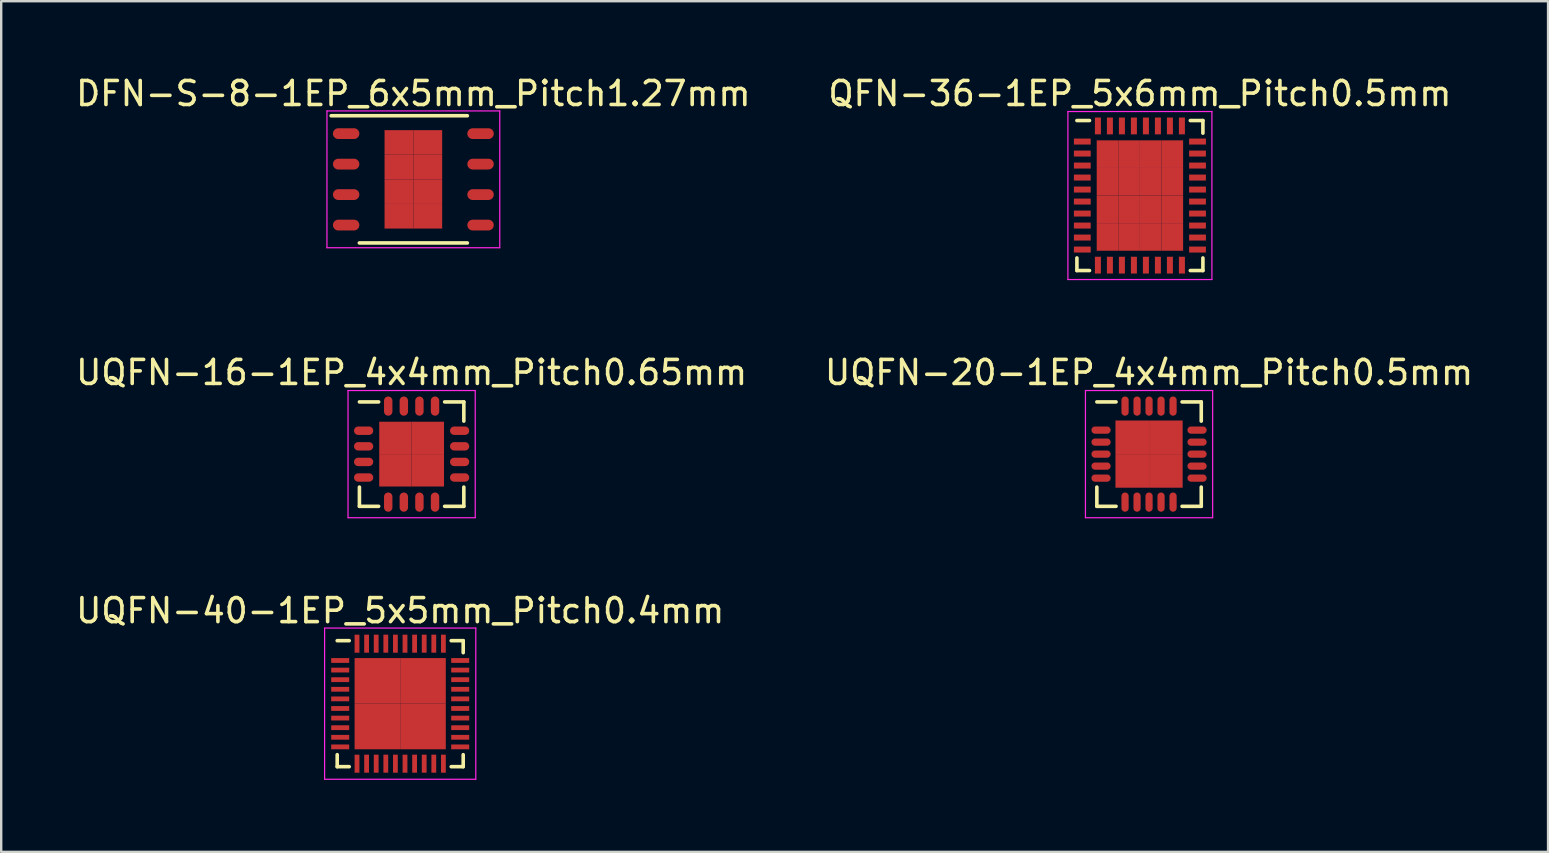
<source format=kicad_pcb>
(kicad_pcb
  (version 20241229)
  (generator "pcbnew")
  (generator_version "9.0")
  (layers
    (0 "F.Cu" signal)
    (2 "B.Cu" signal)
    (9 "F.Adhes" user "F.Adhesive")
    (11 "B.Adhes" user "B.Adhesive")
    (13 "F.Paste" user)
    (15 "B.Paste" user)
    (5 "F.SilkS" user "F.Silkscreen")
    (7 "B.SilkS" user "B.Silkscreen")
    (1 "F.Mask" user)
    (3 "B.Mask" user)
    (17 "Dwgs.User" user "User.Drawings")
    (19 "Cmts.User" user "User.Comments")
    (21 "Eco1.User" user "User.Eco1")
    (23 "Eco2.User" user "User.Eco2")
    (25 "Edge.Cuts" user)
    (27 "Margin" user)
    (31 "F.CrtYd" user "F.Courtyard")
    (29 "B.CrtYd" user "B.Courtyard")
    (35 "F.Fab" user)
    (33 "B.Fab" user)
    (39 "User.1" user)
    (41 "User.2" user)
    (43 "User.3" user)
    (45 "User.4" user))
  (footprint "DFN-S-8-1EP_6x5mm_Pitch1.27mm"
    (layer "F.Cu")
    (at 14.173 4.423)
    (property "Reference" "DFN-S-8-1EP_6x5mm_Pitch1.27mm" (at 0 -3.575 0) (layer "F.SilkS") (effects (font (size 1 1) (thickness 0.15))))
    (attr smd)
    (fp_line (start -3.425 -2.65) (end 2.25 -2.65) (stroke (width 0.15) (type solid)) (layer "F.SilkS"))
    (fp_line (start -2.25 2.65) (end 2.25 2.65) (stroke (width 0.15) (type solid)) (layer "F.SilkS"))
    (fp_line (start -3.6 -2.85) (end -3.6 2.85) (stroke (width 0.05) (type solid)) (layer "F.CrtYd"))
    (fp_line (start -3.6 -2.85) (end 3.6 -2.85) (stroke (width 0.05) (type solid)) (layer "F.CrtYd"))
    (fp_line (start -3.6 2.85) (end 3.6 2.85) (stroke (width 0.05) (type solid)) (layer "F.CrtYd"))
    (fp_line (start 3.6 -2.85) (end 3.6 2.85) (stroke (width 0.05) (type solid)) (layer "F.CrtYd"))
    (pad "1" smd oval (at -2.8 -1.905) (size 1.1 0.45) (layers "F.Cu" "F.Mask" "F.Paste"))
    (pad "2" smd oval (at -2.8 -0.635) (size 1.1 0.45) (layers "F.Cu" "F.Mask" "F.Paste"))
    (pad "3" smd oval (at -2.8 0.635) (size 1.1 0.45) (layers "F.Cu" "F.Mask" "F.Paste"))
    (pad "4" smd oval (at -2.8 1.905) (size 1.1 0.45) (layers "F.Cu" "F.Mask" "F.Paste"))
    (pad "5" smd oval (at 2.8 1.905) (size 1.1 0.45) (layers "F.Cu" "F.Mask" "F.Paste"))
    (pad "6" smd oval (at 2.8 0.635) (size 1.1 0.45) (layers "F.Cu" "F.Mask" "F.Paste"))
    (pad "7" smd oval (at 2.8 -0.635) (size 1.1 0.45) (layers "F.Cu" "F.Mask" "F.Paste"))
    (pad "8" smd oval (at 2.8 -1.905) (size 1.1 0.45) (layers "F.Cu" "F.Mask" "F.Paste"))
    (pad "9" smd rect (at -0.6 -1.538) (size 1.2 1.025) (layers "F.Cu" "F.Mask" "F.Paste"))
    (pad "9" smd rect (at -0.6 -0.512) (size 1.2 1.025) (layers "F.Cu" "F.Mask" "F.Paste"))
    (pad "9" smd rect (at -0.6 0.512) (size 1.2 1.025) (layers "F.Cu" "F.Mask" "F.Paste"))
    (pad "9" smd rect (at -0.6 1.538) (size 1.2 1.025) (layers "F.Cu" "F.Mask" "F.Paste"))
    (pad "9" smd rect (at 0.6 -1.538) (size 1.2 1.025) (layers "F.Cu" "F.Mask" "F.Paste"))
    (pad "9" smd rect (at 0.6 -0.512) (size 1.2 1.025) (layers "F.Cu" "F.Mask" "F.Paste"))
    (pad "9" smd rect (at 0.6 0.512) (size 1.2 1.025) (layers "F.Cu" "F.Mask" "F.Paste"))
    (pad "9" smd rect (at 0.6 1.538) (size 1.2 1.025) (layers "F.Cu" "F.Mask" "F.Paste")))
  (footprint "QFN-36-1EP_5x6mm_Pitch0.5mm"
    (layer "F.Cu")
    (at 44.446 5.098)
    (property "Reference" "QFN-36-1EP_5x6mm_Pitch0.5mm" (at 0 -4.25 0) (layer "F.SilkS") (effects (font (size 1 1) (thickness 0.15))))
    (attr smd)
    (fp_line (start -2.625 -3.125) (end -2.1 -3.125) (stroke (width 0.15) (type solid)) (layer "F.SilkS"))
    (fp_line (start -2.625 3.125) (end -2.625 2.6) (stroke (width 0.15) (type solid)) (layer "F.SilkS"))
    (fp_line (start -2.625 3.125) (end -2.1 3.125) (stroke (width 0.15) (type solid)) (layer "F.SilkS"))
    (fp_line (start 2.625 -3.125) (end 2.1 -3.125) (stroke (width 0.15) (type solid)) (layer "F.SilkS"))
    (fp_line (start 2.625 -3.125) (end 2.625 -2.6) (stroke (width 0.15) (type solid)) (layer "F.SilkS"))
    (fp_line (start 2.625 3.125) (end 2.1 3.125) (stroke (width 0.15) (type solid)) (layer "F.SilkS"))
    (fp_line (start 2.625 3.125) (end 2.625 2.6) (stroke (width 0.15) (type solid)) (layer "F.SilkS"))
    (fp_line (start -3 -3.5) (end -3 3.5) (stroke (width 0.05) (type solid)) (layer "F.CrtYd"))
    (fp_line (start -3 -3.5) (end 3 -3.5) (stroke (width 0.05) (type solid)) (layer "F.CrtYd"))
    (fp_line (start -3 3.5) (end 3 3.5) (stroke (width 0.05) (type solid)) (layer "F.CrtYd"))
    (fp_line (start 3 -3.5) (end 3 3.5) (stroke (width 0.05) (type solid)) (layer "F.CrtYd"))
    (pad "1" smd rect (at -2.4 -2.25) (size 0.7 0.25) (layers "F.Cu" "F.Mask" "F.Paste"))
    (pad "2" smd rect (at -2.4 -1.75) (size 0.7 0.25) (layers "F.Cu" "F.Mask" "F.Paste"))
    (pad "3" smd rect (at -2.4 -1.25) (size 0.7 0.25) (layers "F.Cu" "F.Mask" "F.Paste"))
    (pad "4" smd rect (at -2.4 -0.75) (size 0.7 0.25) (layers "F.Cu" "F.Mask" "F.Paste"))
    (pad "5" smd rect (at -2.4 -0.25) (size 0.7 0.25) (layers "F.Cu" "F.Mask" "F.Paste"))
    (pad "6" smd rect (at -2.4 0.25) (size 0.7 0.25) (layers "F.Cu" "F.Mask" "F.Paste"))
    (pad "7" smd rect (at -2.4 0.75) (size 0.7 0.25) (layers "F.Cu" "F.Mask" "F.Paste"))
    (pad "8" smd rect (at -2.4 1.25) (size 0.7 0.25) (layers "F.Cu" "F.Mask" "F.Paste"))
    (pad "9" smd rect (at -2.4 1.75) (size 0.7 0.25) (layers "F.Cu" "F.Mask" "F.Paste"))
    (pad "10" smd rect (at -2.4 2.25) (size 0.7 0.25) (layers "F.Cu" "F.Mask" "F.Paste"))
    (pad "11" smd rect (at -1.75 2.9 90) (size 0.7 0.25) (layers "F.Cu" "F.Mask" "F.Paste"))
    (pad "12" smd rect (at -1.25 2.9 90) (size 0.7 0.25) (layers "F.Cu" "F.Mask" "F.Paste"))
    (pad "13" smd rect (at -0.75 2.9 90) (size 0.7 0.25) (layers "F.Cu" "F.Mask" "F.Paste"))
    (pad "14" smd rect (at -0.25 2.9 90) (size 0.7 0.25) (layers "F.Cu" "F.Mask" "F.Paste"))
    (pad "15" smd rect (at 0.25 2.9 90) (size 0.7 0.25) (layers "F.Cu" "F.Mask" "F.Paste"))
    (pad "16" smd rect (at 0.75 2.9 90) (size 0.7 0.25) (layers "F.Cu" "F.Mask" "F.Paste"))
    (pad "17" smd rect (at 1.25 2.9 90) (size 0.7 0.25) (layers "F.Cu" "F.Mask" "F.Paste"))
    (pad "18" smd rect (at 1.75 2.9 90) (size 0.7 0.25) (layers "F.Cu" "F.Mask" "F.Paste"))
    (pad "19" smd rect (at 2.4 2.25) (size 0.7 0.25) (layers "F.Cu" "F.Mask" "F.Paste"))
    (pad "20" smd rect (at 2.4 1.75) (size 0.7 0.25) (layers "F.Cu" "F.Mask" "F.Paste"))
    (pad "21" smd rect (at 2.4 1.25) (size 0.7 0.25) (layers "F.Cu" "F.Mask" "F.Paste"))
    (pad "22" smd rect (at 2.4 0.75) (size 0.7 0.25) (layers "F.Cu" "F.Mask" "F.Paste"))
    (pad "23" smd rect (at 2.4 0.25) (size 0.7 0.25) (layers "F.Cu" "F.Mask" "F.Paste"))
    (pad "24" smd rect (at 2.4 -0.25) (size 0.7 0.25) (layers "F.Cu" "F.Mask" "F.Paste"))
    (pad "25" smd rect (at 2.4 -0.75) (size 0.7 0.25) (layers "F.Cu" "F.Mask" "F.Paste"))
    (pad "26" smd rect (at 2.4 -1.25) (size 0.7 0.25) (layers "F.Cu" "F.Mask" "F.Paste"))
    (pad "27" smd rect (at 2.4 -1.75) (size 0.7 0.25) (layers "F.Cu" "F.Mask" "F.Paste"))
    (pad "28" smd rect (at 2.4 -2.25) (size 0.7 0.25) (layers "F.Cu" "F.Mask" "F.Paste"))
    (pad "29" smd rect (at 1.75 -2.9 90) (size 0.7 0.25) (layers "F.Cu" "F.Mask" "F.Paste"))
    (pad "30" smd rect (at 1.25 -2.9 90) (size 0.7 0.25) (layers "F.Cu" "F.Mask" "F.Paste"))
    (pad "31" smd rect (at 0.75 -2.9 90) (size 0.7 0.25) (layers "F.Cu" "F.Mask" "F.Paste"))
    (pad "32" smd rect (at 0.25 -2.9 90) (size 0.7 0.25) (layers "F.Cu" "F.Mask" "F.Paste"))
    (pad "33" smd rect (at -0.25 -2.9 90) (size 0.7 0.25) (layers "F.Cu" "F.Mask" "F.Paste"))
    (pad "34" smd rect (at -0.75 -2.9 90) (size 0.7 0.25) (layers "F.Cu" "F.Mask" "F.Paste"))
    (pad "35" smd rect (at -1.25 -2.9 90) (size 0.7 0.25) (layers "F.Cu" "F.Mask" "F.Paste"))
    (pad "36" smd rect (at -1.75 -2.9 90) (size 0.7 0.25) (layers "F.Cu" "F.Mask" "F.Paste"))
    (pad "37" smd rect (at -1.35 -1.725) (size 0.9 1.15) (layers "F.Cu" "F.Mask" "F.Paste"))
    (pad "37" smd rect (at -1.35 -0.575) (size 0.9 1.15) (layers "F.Cu" "F.Mask" "F.Paste"))
    (pad "37" smd rect (at -1.35 0.575) (size 0.9 1.15) (layers "F.Cu" "F.Mask" "F.Paste"))
    (pad "37" smd rect (at -1.35 1.725) (size 0.9 1.15) (layers "F.Cu" "F.Mask" "F.Paste"))
    (pad "37" smd rect (at -0.45 -1.725) (size 0.9 1.15) (layers "F.Cu" "F.Mask" "F.Paste"))
    (pad "37" smd rect (at -0.45 -0.575) (size 0.9 1.15) (layers "F.Cu" "F.Mask" "F.Paste"))
    (pad "37" smd rect (at -0.45 0.575) (size 0.9 1.15) (layers "F.Cu" "F.Mask" "F.Paste"))
    (pad "37" smd rect (at -0.45 1.725) (size 0.9 1.15) (layers "F.Cu" "F.Mask" "F.Paste"))
    (pad "37" smd rect (at 0.45 -1.725) (size 0.9 1.15) (layers "F.Cu" "F.Mask" "F.Paste"))
    (pad "37" smd rect (at 0.45 -0.575) (size 0.9 1.15) (layers "F.Cu" "F.Mask" "F.Paste"))
    (pad "37" smd rect (at 0.45 0.575) (size 0.9 1.15) (layers "F.Cu" "F.Mask" "F.Paste"))
    (pad "37" smd rect (at 0.45 1.725) (size 0.9 1.15) (layers "F.Cu" "F.Mask" "F.Paste"))
    (pad "37" smd rect (at 1.35 -1.725) (size 0.9 1.15) (layers "F.Cu" "F.Mask" "F.Paste"))
    (pad "37" smd rect (at 1.35 -0.575) (size 0.9 1.15) (layers "F.Cu" "F.Mask" "F.Paste"))
    (pad "37" smd rect (at 1.35 0.575) (size 0.9 1.15) (layers "F.Cu" "F.Mask" "F.Paste"))
    (pad "37" smd rect (at 1.35 1.725) (size 0.9 1.15) (layers "F.Cu" "F.Mask" "F.Paste")))
  (footprint "UQFN-20-1EP_4x4mm_Pitch0.5mm"
    (layer "F.Cu")
    (at 44.827 15.871)
    (property "Reference" "UQFN-20-1EP_4x4mm_Pitch0.5mm" (at 0 -3.4 0) (layer "F.SilkS") (effects (font (size 1 1) (thickness 0.15))))
    (attr smd)
    (fp_line (start -2.175 -2.175) (end -1.375 -2.175) (stroke (width 0.15) (type solid)) (layer "F.SilkS"))
    (fp_line (start -2.175 2.175) (end -2.175 1.375) (stroke (width 0.15) (type solid)) (layer "F.SilkS"))
    (fp_line (start -2.175 2.175) (end -1.375 2.175) (stroke (width 0.15) (type solid)) (layer "F.SilkS"))
    (fp_line (start 2.175 -2.175) (end 1.375 -2.175) (stroke (width 0.15) (type solid)) (layer "F.SilkS"))
    (fp_line (start 2.175 -2.175) (end 2.175 -1.375) (stroke (width 0.15) (type solid)) (layer "F.SilkS"))
    (fp_line (start 2.175 2.175) (end 1.375 2.175) (stroke (width 0.15) (type solid)) (layer "F.SilkS"))
    (fp_line (start 2.175 2.175) (end 2.175 1.375) (stroke (width 0.15) (type solid)) (layer "F.SilkS"))
    (fp_line (start -2.65 -2.65) (end -2.65 2.65) (stroke (width 0.05) (type solid)) (layer "F.CrtYd"))
    (fp_line (start -2.65 -2.65) (end 2.65 -2.65) (stroke (width 0.05) (type solid)) (layer "F.CrtYd"))
    (fp_line (start -2.65 2.65) (end 2.65 2.65) (stroke (width 0.05) (type solid)) (layer "F.CrtYd"))
    (fp_line (start 2.65 -2.65) (end 2.65 2.65) (stroke (width 0.05) (type solid)) (layer "F.CrtYd"))
    (pad "1" smd oval (at -2 -1) (size 0.8 0.3) (layers "F.Cu" "F.Mask" "F.Paste"))
    (pad "2" smd oval (at -2 -0.5) (size 0.8 0.3) (layers "F.Cu" "F.Mask" "F.Paste"))
    (pad "3" smd oval (at -2 0) (size 0.8 0.3) (layers "F.Cu" "F.Mask" "F.Paste"))
    (pad "4" smd oval (at -2 0.5) (size 0.8 0.3) (layers "F.Cu" "F.Mask" "F.Paste"))
    (pad "5" smd oval (at -2 1) (size 0.8 0.3) (layers "F.Cu" "F.Mask" "F.Paste"))
    (pad "6" smd oval (at -1 2 90) (size 0.8 0.3) (layers "F.Cu" "F.Mask" "F.Paste"))
    (pad "7" smd oval (at -0.5 2 90) (size 0.8 0.3) (layers "F.Cu" "F.Mask" "F.Paste"))
    (pad "8" smd oval (at 0 2 90) (size 0.8 0.3) (layers "F.Cu" "F.Mask" "F.Paste"))
    (pad "9" smd oval (at 0.5 2 90) (size 0.8 0.3) (layers "F.Cu" "F.Mask" "F.Paste"))
    (pad "10" smd oval (at 1 2 90) (size 0.8 0.3) (layers "F.Cu" "F.Mask" "F.Paste"))
    (pad "11" smd oval (at 2 1) (size 0.8 0.3) (layers "F.Cu" "F.Mask" "F.Paste"))
    (pad "12" smd oval (at 2 0.5) (size 0.8 0.3) (layers "F.Cu" "F.Mask" "F.Paste"))
    (pad "13" smd oval (at 2 0) (size 0.8 0.3) (layers "F.Cu" "F.Mask" "F.Paste"))
    (pad "14" smd oval (at 2 -0.5) (size 0.8 0.3) (layers "F.Cu" "F.Mask" "F.Paste"))
    (pad "15" smd oval (at 2 -1) (size 0.8 0.3) (layers "F.Cu" "F.Mask" "F.Paste"))
    (pad "16" smd oval (at 1 -2 90) (size 0.8 0.3) (layers "F.Cu" "F.Mask" "F.Paste"))
    (pad "17" smd oval (at 0.5 -2 90) (size 0.8 0.3) (layers "F.Cu" "F.Mask" "F.Paste"))
    (pad "18" smd oval (at 0 -2 90) (size 0.8 0.3) (layers "F.Cu" "F.Mask" "F.Paste"))
    (pad "19" smd oval (at -0.5 -2 90) (size 0.8 0.3) (layers "F.Cu" "F.Mask" "F.Paste"))
    (pad "20" smd oval (at -1 -2 90) (size 0.8 0.3) (layers "F.Cu" "F.Mask" "F.Paste"))
    (pad "21" smd rect (at -0.7 -0.7) (size 1.4 1.4) (layers "F.Cu" "F.Mask" "F.Paste"))
    (pad "21" smd rect (at -0.7 0.7) (size 1.4 1.4) (layers "F.Cu" "F.Mask" "F.Paste"))
    (pad "21" smd rect (at 0.7 -0.7) (size 1.4 1.4) (layers "F.Cu" "F.Mask" "F.Paste"))
    (pad "21" smd rect (at 0.7 0.7) (size 1.4 1.4) (layers "F.Cu" "F.Mask" "F.Paste")))
  (footprint "UQFN-16-1EP_4x4mm_Pitch0.65mm"
    (layer "F.Cu")
    (at 14.101 15.871)
    (property "Reference" "UQFN-16-1EP_4x4mm_Pitch0.65mm" (at 0 -3.4 0) (layer "F.SilkS") (effects (font (size 1 1) (thickness 0.15))))
    (attr smd)
    (fp_line (start -2.175 -2.175) (end -1.375 -2.175) (stroke (width 0.15) (type solid)) (layer "F.SilkS"))
    (fp_line (start -2.175 2.175) (end -2.175 1.375) (stroke (width 0.15) (type solid)) (layer "F.SilkS"))
    (fp_line (start -2.175 2.175) (end -1.375 2.175) (stroke (width 0.15) (type solid)) (layer "F.SilkS"))
    (fp_line (start 2.175 -2.175) (end 1.375 -2.175) (stroke (width 0.15) (type solid)) (layer "F.SilkS"))
    (fp_line (start 2.175 -2.175) (end 2.175 -1.375) (stroke (width 0.15) (type solid)) (layer "F.SilkS"))
    (fp_line (start 2.175 2.175) (end 1.375 2.175) (stroke (width 0.15) (type solid)) (layer "F.SilkS"))
    (fp_line (start 2.175 2.175) (end 2.175 1.375) (stroke (width 0.15) (type solid)) (layer "F.SilkS"))
    (fp_line (start -2.65 -2.65) (end -2.65 2.65) (stroke (width 0.05) (type solid)) (layer "F.CrtYd"))
    (fp_line (start -2.65 -2.65) (end 2.65 -2.65) (stroke (width 0.05) (type solid)) (layer "F.CrtYd"))
    (fp_line (start -2.65 2.65) (end 2.65 2.65) (stroke (width 0.05) (type solid)) (layer "F.CrtYd"))
    (fp_line (start 2.65 -2.65) (end 2.65 2.65) (stroke (width 0.05) (type solid)) (layer "F.CrtYd"))
    (pad "1" smd oval (at -2 -0.975) (size 0.8 0.35) (layers "F.Cu" "F.Mask" "F.Paste"))
    (pad "2" smd oval (at -2 -0.325) (size 0.8 0.35) (layers "F.Cu" "F.Mask" "F.Paste"))
    (pad "3" smd oval (at -2 0.325) (size 0.8 0.35) (layers "F.Cu" "F.Mask" "F.Paste"))
    (pad "4" smd oval (at -2 0.975) (size 0.8 0.35) (layers "F.Cu" "F.Mask" "F.Paste"))
    (pad "5" smd oval (at -0.975 2 90) (size 0.8 0.35) (layers "F.Cu" "F.Mask" "F.Paste"))
    (pad "6" smd oval (at -0.325 2 90) (size 0.8 0.35) (layers "F.Cu" "F.Mask" "F.Paste"))
    (pad "7" smd oval (at 0.325 2 90) (size 0.8 0.35) (layers "F.Cu" "F.Mask" "F.Paste"))
    (pad "8" smd oval (at 0.975 2 90) (size 0.8 0.35) (layers "F.Cu" "F.Mask" "F.Paste"))
    (pad "9" smd oval (at 2 0.975) (size 0.8 0.35) (layers "F.Cu" "F.Mask" "F.Paste"))
    (pad "10" smd oval (at 2 0.325) (size 0.8 0.35) (layers "F.Cu" "F.Mask" "F.Paste"))
    (pad "11" smd oval (at 2 -0.325) (size 0.8 0.35) (layers "F.Cu" "F.Mask" "F.Paste"))
    (pad "12" smd oval (at 2 -0.975) (size 0.8 0.35) (layers "F.Cu" "F.Mask" "F.Paste"))
    (pad "13" smd oval (at 0.975 -2 90) (size 0.8 0.35) (layers "F.Cu" "F.Mask" "F.Paste"))
    (pad "14" smd oval (at 0.325 -2 90) (size 0.8 0.35) (layers "F.Cu" "F.Mask" "F.Paste"))
    (pad "15" smd oval (at -0.325 -2 90) (size 0.8 0.35) (layers "F.Cu" "F.Mask" "F.Paste"))
    (pad "16" smd oval (at -0.975 -2 90) (size 0.8 0.35) (layers "F.Cu" "F.Mask" "F.Paste"))
    (pad "17" smd rect (at -0.675 -0.675) (size 1.35 1.35) (layers "F.Cu" "F.Mask" "F.Paste"))
    (pad "17" smd rect (at -0.675 0.675) (size 1.35 1.35) (layers "F.Cu" "F.Mask" "F.Paste"))
    (pad "17" smd rect (at 0.675 -0.675) (size 1.35 1.35) (layers "F.Cu" "F.Mask" "F.Paste"))
    (pad "17" smd rect (at 0.675 0.675) (size 1.35 1.35) (layers "F.Cu" "F.Mask" "F.Paste")))
  (footprint "UQFN-40-1EP_5x5mm_Pitch0.4mm"
    (layer "F.Cu")
    (at 13.625 26.27)
    (property "Reference" "UQFN-40-1EP_5x5mm_Pitch0.4mm" (at 0 -3.875 0) (layer "F.SilkS") (effects (font (size 1 1) (thickness 0.15))))
    (attr smd)
    (fp_line (start -2.625 -2.625) (end -2.125 -2.625) (stroke (width 0.15) (type solid)) (layer "F.SilkS"))
    (fp_line (start -2.625 2.625) (end -2.625 2.125) (stroke (width 0.15) (type solid)) (layer "F.SilkS"))
    (fp_line (start -2.625 2.625) (end -2.125 2.625) (stroke (width 0.15) (type solid)) (layer "F.SilkS"))
    (fp_line (start 2.625 -2.625) (end 2.125 -2.625) (stroke (width 0.15) (type solid)) (layer "F.SilkS"))
    (fp_line (start 2.625 -2.625) (end 2.625 -2.125) (stroke (width 0.15) (type solid)) (layer "F.SilkS"))
    (fp_line (start 2.625 2.625) (end 2.125 2.625) (stroke (width 0.15) (type solid)) (layer "F.SilkS"))
    (fp_line (start 2.625 2.625) (end 2.625 2.125) (stroke (width 0.15) (type solid)) (layer "F.SilkS"))
    (fp_line (start -3.15 -3.15) (end -3.15 3.15) (stroke (width 0.05) (type solid)) (layer "F.CrtYd"))
    (fp_line (start -3.15 -3.15) (end 3.15 -3.15) (stroke (width 0.05) (type solid)) (layer "F.CrtYd"))
    (fp_line (start -3.15 3.15) (end 3.15 3.15) (stroke (width 0.05) (type solid)) (layer "F.CrtYd"))
    (fp_line (start 3.15 -3.15) (end 3.15 3.15) (stroke (width 0.05) (type solid)) (layer "F.CrtYd"))
    (pad "1" smd rect (at -2.5 -1.8) (size 0.75 0.2) (layers "F.Cu" "F.Mask" "F.Paste"))
    (pad "2" smd rect (at -2.5 -1.4) (size 0.75 0.2) (layers "F.Cu" "F.Mask" "F.Paste"))
    (pad "3" smd rect (at -2.5 -1) (size 0.75 0.2) (layers "F.Cu" "F.Mask" "F.Paste"))
    (pad "4" smd rect (at -2.5 -0.6) (size 0.75 0.2) (layers "F.Cu" "F.Mask" "F.Paste"))
    (pad "5" smd rect (at -2.5 -0.2) (size 0.75 0.2) (layers "F.Cu" "F.Mask" "F.Paste"))
    (pad "6" smd rect (at -2.5 0.2) (size 0.75 0.2) (layers "F.Cu" "F.Mask" "F.Paste"))
    (pad "7" smd rect (at -2.5 0.6) (size 0.75 0.2) (layers "F.Cu" "F.Mask" "F.Paste"))
    (pad "8" smd rect (at -2.5 1) (size 0.75 0.2) (layers "F.Cu" "F.Mask" "F.Paste"))
    (pad "9" smd rect (at -2.5 1.4) (size 0.75 0.2) (layers "F.Cu" "F.Mask" "F.Paste"))
    (pad "10" smd rect (at -2.5 1.8) (size 0.75 0.2) (layers "F.Cu" "F.Mask" "F.Paste"))
    (pad "11" smd rect (at -1.8 2.5 90) (size 0.75 0.2) (layers "F.Cu" "F.Mask" "F.Paste"))
    (pad "12" smd rect (at -1.4 2.5 90) (size 0.75 0.2) (layers "F.Cu" "F.Mask" "F.Paste"))
    (pad "13" smd rect (at -1 2.5 90) (size 0.75 0.2) (layers "F.Cu" "F.Mask" "F.Paste"))
    (pad "14" smd rect (at -0.6 2.5 90) (size 0.75 0.2) (layers "F.Cu" "F.Mask" "F.Paste"))
    (pad "15" smd rect (at -0.2 2.5 90) (size 0.75 0.2) (layers "F.Cu" "F.Mask" "F.Paste"))
    (pad "16" smd rect (at 0.2 2.5 90) (size 0.75 0.2) (layers "F.Cu" "F.Mask" "F.Paste"))
    (pad "17" smd rect (at 0.6 2.5 90) (size 0.75 0.2) (layers "F.Cu" "F.Mask" "F.Paste"))
    (pad "18" smd rect (at 1 2.5 90) (size 0.75 0.2) (layers "F.Cu" "F.Mask" "F.Paste"))
    (pad "19" smd rect (at 1.4 2.5 90) (size 0.75 0.2) (layers "F.Cu" "F.Mask" "F.Paste"))
    (pad "20" smd rect (at 1.8 2.5 90) (size 0.75 0.2) (layers "F.Cu" "F.Mask" "F.Paste"))
    (pad "21" smd rect (at 2.5 1.8) (size 0.75 0.2) (layers "F.Cu" "F.Mask" "F.Paste"))
    (pad "22" smd rect (at 2.5 1.4) (size 0.75 0.2) (layers "F.Cu" "F.Mask" "F.Paste"))
    (pad "23" smd rect (at 2.5 1) (size 0.75 0.2) (layers "F.Cu" "F.Mask" "F.Paste"))
    (pad "24" smd rect (at 2.5 0.6) (size 0.75 0.2) (layers "F.Cu" "F.Mask" "F.Paste"))
    (pad "25" smd rect (at 2.5 0.2) (size 0.75 0.2) (layers "F.Cu" "F.Mask" "F.Paste"))
    (pad "26" smd rect (at 2.5 -0.2) (size 0.75 0.2) (layers "F.Cu" "F.Mask" "F.Paste"))
    (pad "27" smd rect (at 2.5 -0.6) (size 0.75 0.2) (layers "F.Cu" "F.Mask" "F.Paste"))
    (pad "28" smd rect (at 2.5 -1) (size 0.75 0.2) (layers "F.Cu" "F.Mask" "F.Paste"))
    (pad "29" smd rect (at 2.5 -1.4) (size 0.75 0.2) (layers "F.Cu" "F.Mask" "F.Paste"))
    (pad "30" smd rect (at 2.5 -1.8) (size 0.75 0.2) (layers "F.Cu" "F.Mask" "F.Paste"))
    (pad "31" smd rect (at 1.8 -2.5 90) (size 0.75 0.2) (layers "F.Cu" "F.Mask" "F.Paste"))
    (pad "32" smd rect (at 1.4 -2.5 90) (size 0.75 0.2) (layers "F.Cu" "F.Mask" "F.Paste"))
    (pad "33" smd rect (at 1 -2.5 90) (size 0.75 0.2) (layers "F.Cu" "F.Mask" "F.Paste"))
    (pad "34" smd rect (at 0.6 -2.5 90) (size 0.75 0.2) (layers "F.Cu" "F.Mask" "F.Paste"))
    (pad "35" smd rect (at 0.2 -2.5 90) (size 0.75 0.2) (layers "F.Cu" "F.Mask" "F.Paste"))
    (pad "36" smd rect (at -0.2 -2.5 90) (size 0.75 0.2) (layers "F.Cu" "F.Mask" "F.Paste"))
    (pad "37" smd rect (at -0.6 -2.5 90) (size 0.75 0.2) (layers "F.Cu" "F.Mask" "F.Paste"))
    (pad "38" smd rect (at -1 -2.5 90) (size 0.75 0.2) (layers "F.Cu" "F.Mask" "F.Paste"))
    (pad "39" smd rect (at -1.4 -2.5 90) (size 0.75 0.2) (layers "F.Cu" "F.Mask" "F.Paste"))
    (pad "40" smd rect (at -1.8 -2.5 90) (size 0.75 0.2) (layers "F.Cu" "F.Mask" "F.Paste"))
    (pad "41" smd rect (at -0.95 -0.95) (size 1.9 1.9) (layers "F.Cu" "F.Mask" "F.Paste"))
    (pad "41" smd rect (at -0.95 0.95) (size 1.9 1.9) (layers "F.Cu" "F.Mask" "F.Paste"))
    (pad "41" smd rect (at 0.95 -0.95) (size 1.9 1.9) (layers "F.Cu" "F.Mask" "F.Paste"))
    (pad "41" smd rect (at 0.95 0.95) (size 1.9 1.9) (layers "F.Cu" "F.Mask" "F.Paste")))
  (gr_rect
    (start -3 -3)
    (end 61.452 32.445)
    (stroke (width 0.1) (type default))
    (fill no)
    (layer "Edge.Cuts")))
</source>
